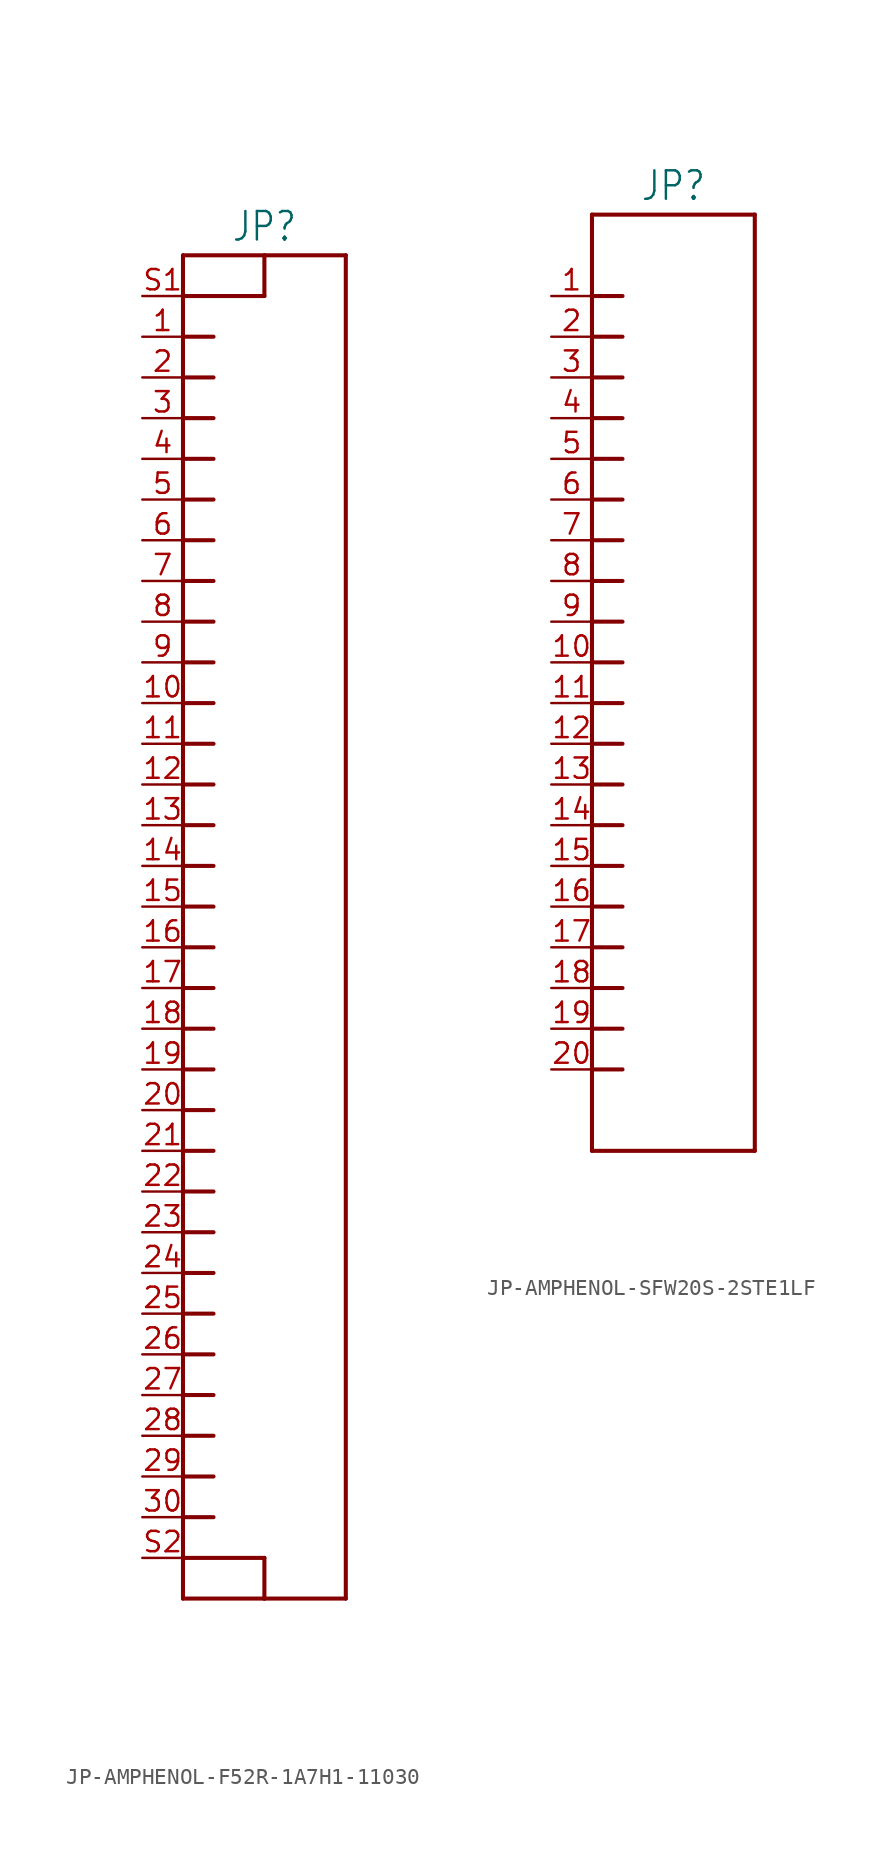
<source format=kicad_sym>
(kicad_symbol_lib
  (version 20231120)
  (generator "kicad_symbol_editor")
  (generator_version "8.0")
  (symbol "JP-AMPHENOL-F52R-1A7H1-11030"
    (property "Reference" "JP"
      (at 2.54 41.402 0)
      (effects (font (size 1.778 1.511)) (justify bottom)))
    (property "Value" ""
      (at 2.54 -43.942 0)
      (effects (font (size 1.778 1.511)) (justify top)))
    (property "ki_locked" ""
      (at 0 0 0)
      (effects (font (size 1.27 1.27))))
    (symbol "JP-AMPHENOL-F52R-1A7H1-11030_1_0"
      (polyline (pts (xy -2.54 -43.18) (xy -2.54 -40.64)) (stroke (width 0.254) (type solid)) (fill (type none)))
      (polyline (pts (xy -2.54 -40.64) (xy -2.54 -38.1)) (stroke (width 0.254) (type solid)) (fill (type none)))
      (polyline (pts (xy -2.54 -40.64) (xy 2.54 -40.64)) (stroke (width 0.254) (type solid)) (fill (type none)))
      (polyline (pts (xy -2.54 -38.1) (xy -2.54 -35.56)) (stroke (width 0.254) (type solid)) (fill (type none)))
      (polyline (pts (xy -2.54 -38.1) (xy -0.635 -38.1)) (stroke (width 0.254) (type solid)) (fill (type none)))
      (polyline (pts (xy -2.54 -35.56) (xy -2.54 -33.02)) (stroke (width 0.254) (type solid)) (fill (type none)))
      (polyline (pts (xy -2.54 -35.56) (xy -0.635 -35.56)) (stroke (width 0.254) (type solid)) (fill (type none)))
      (polyline (pts (xy -2.54 -33.02) (xy -2.54 -30.48)) (stroke (width 0.254) (type solid)) (fill (type none)))
      (polyline (pts (xy -2.54 -33.02) (xy -0.635 -33.02)) (stroke (width 0.254) (type solid)) (fill (type none)))
      (polyline (pts (xy -2.54 -30.48) (xy -2.54 -27.94)) (stroke (width 0.254) (type solid)) (fill (type none)))
      (polyline (pts (xy -2.54 -30.48) (xy -0.635 -30.48)) (stroke (width 0.254) (type solid)) (fill (type none)))
      (polyline (pts (xy -2.54 -27.94) (xy -2.54 -25.4)) (stroke (width 0.254) (type solid)) (fill (type none)))
      (polyline (pts (xy -2.54 -27.94) (xy -0.635 -27.94)) (stroke (width 0.254) (type solid)) (fill (type none)))
      (polyline (pts (xy -2.54 -25.4) (xy -2.54 -22.86)) (stroke (width 0.254) (type solid)) (fill (type none)))
      (polyline (pts (xy -2.54 -25.4) (xy -0.635 -25.4)) (stroke (width 0.254) (type solid)) (fill (type none)))
      (polyline (pts (xy -2.54 -22.86) (xy -2.54 -20.32)) (stroke (width 0.254) (type solid)) (fill (type none)))
      (polyline (pts (xy -2.54 -22.86) (xy -0.635 -22.86)) (stroke (width 0.254) (type solid)) (fill (type none)))
      (polyline (pts (xy -2.54 -20.32) (xy -2.54 -17.78)) (stroke (width 0.254) (type solid)) (fill (type none)))
      (polyline (pts (xy -2.54 -20.32) (xy -0.635 -20.32)) (stroke (width 0.254) (type solid)) (fill (type none)))
      (polyline (pts (xy -2.54 -17.78) (xy -2.54 -15.24)) (stroke (width 0.254) (type solid)) (fill (type none)))
      (polyline (pts (xy -2.54 -17.78) (xy -0.635 -17.78)) (stroke (width 0.254) (type solid)) (fill (type none)))
      (polyline (pts (xy -2.54 -15.24) (xy -2.54 -12.7)) (stroke (width 0.254) (type solid)) (fill (type none)))
      (polyline (pts (xy -2.54 -15.24) (xy -0.635 -15.24)) (stroke (width 0.254) (type solid)) (fill (type none)))
      (polyline (pts (xy -2.54 -12.7) (xy -2.54 -10.16)) (stroke (width 0.254) (type solid)) (fill (type none)))
      (polyline (pts (xy -2.54 -12.7) (xy -0.635 -12.7)) (stroke (width 0.254) (type solid)) (fill (type none)))
      (polyline (pts (xy -2.54 -10.16) (xy -2.54 -7.62)) (stroke (width 0.254) (type solid)) (fill (type none)))
      (polyline (pts (xy -2.54 -10.16) (xy -0.635 -10.16)) (stroke (width 0.254) (type solid)) (fill (type none)))
      (polyline (pts (xy -2.54 -7.62) (xy -2.54 -5.08)) (stroke (width 0.254) (type solid)) (fill (type none)))
      (polyline (pts (xy -2.54 -7.62) (xy -0.635 -7.62)) (stroke (width 0.254) (type solid)) (fill (type none)))
      (polyline (pts (xy -2.54 -5.08) (xy -2.54 -2.54)) (stroke (width 0.254) (type solid)) (fill (type none)))
      (polyline (pts (xy -2.54 -5.08) (xy -0.635 -5.08)) (stroke (width 0.254) (type solid)) (fill (type none)))
      (polyline (pts (xy -2.54 -2.54) (xy -2.54 0)) (stroke (width 0.254) (type solid)) (fill (type none)))
      (polyline (pts (xy -2.54 -2.54) (xy -0.635 -2.54)) (stroke (width 0.254) (type solid)) (fill (type none)))
      (polyline (pts (xy -2.54 0) (xy -2.54 2.54)) (stroke (width 0.254) (type solid)) (fill (type none)))
      (polyline (pts (xy -2.54 0) (xy -0.635 0)) (stroke (width 0.254) (type solid)) (fill (type none)))
      (polyline (pts (xy -2.54 2.54) (xy -2.54 5.08)) (stroke (width 0.254) (type solid)) (fill (type none)))
      (polyline (pts (xy -2.54 2.54) (xy -0.635 2.54)) (stroke (width 0.254) (type solid)) (fill (type none)))
      (polyline (pts (xy -2.54 5.08) (xy -2.54 7.62)) (stroke (width 0.254) (type solid)) (fill (type none)))
      (polyline (pts (xy -2.54 5.08) (xy -0.635 5.08)) (stroke (width 0.254) (type solid)) (fill (type none)))
      (polyline (pts (xy -2.54 7.62) (xy -2.54 10.16)) (stroke (width 0.254) (type solid)) (fill (type none)))
      (polyline (pts (xy -2.54 7.62) (xy -0.635 7.62)) (stroke (width 0.254) (type solid)) (fill (type none)))
      (polyline (pts (xy -2.54 10.16) (xy -2.54 12.7)) (stroke (width 0.254) (type solid)) (fill (type none)))
      (polyline (pts (xy -2.54 10.16) (xy -0.635 10.16)) (stroke (width 0.254) (type solid)) (fill (type none)))
      (polyline (pts (xy -2.54 12.7) (xy -2.54 15.24)) (stroke (width 0.254) (type solid)) (fill (type none)))
      (polyline (pts (xy -2.54 12.7) (xy -0.635 12.7)) (stroke (width 0.254) (type solid)) (fill (type none)))
      (polyline (pts (xy -2.54 15.24) (xy -2.54 17.78)) (stroke (width 0.254) (type solid)) (fill (type none)))
      (polyline (pts (xy -2.54 15.24) (xy -0.635 15.24)) (stroke (width 0.254) (type solid)) (fill (type none)))
      (polyline (pts (xy -2.54 17.78) (xy -2.54 20.32)) (stroke (width 0.254) (type solid)) (fill (type none)))
      (polyline (pts (xy -2.54 17.78) (xy -0.635 17.78)) (stroke (width 0.254) (type solid)) (fill (type none)))
      (polyline (pts (xy -2.54 20.32) (xy -2.54 22.86)) (stroke (width 0.254) (type solid)) (fill (type none)))
      (polyline (pts (xy -2.54 20.32) (xy -0.635 20.32)) (stroke (width 0.254) (type solid)) (fill (type none)))
      (polyline (pts (xy -2.54 22.86) (xy -2.54 25.4)) (stroke (width 0.254) (type solid)) (fill (type none)))
      (polyline (pts (xy -2.54 22.86) (xy -0.635 22.86)) (stroke (width 0.254) (type solid)) (fill (type none)))
      (polyline (pts (xy -2.54 25.4) (xy -2.54 27.94)) (stroke (width 0.254) (type solid)) (fill (type none)))
      (polyline (pts (xy -2.54 25.4) (xy -0.635 25.4)) (stroke (width 0.254) (type solid)) (fill (type none)))
      (polyline (pts (xy -2.54 27.94) (xy -2.54 30.48)) (stroke (width 0.254) (type solid)) (fill (type none)))
      (polyline (pts (xy -2.54 27.94) (xy -0.635 27.94)) (stroke (width 0.254) (type solid)) (fill (type none)))
      (polyline (pts (xy -2.54 30.48) (xy -2.54 33.02)) (stroke (width 0.254) (type solid)) (fill (type none)))
      (polyline (pts (xy -2.54 30.48) (xy -0.635 30.48)) (stroke (width 0.254) (type solid)) (fill (type none)))
      (polyline (pts (xy -2.54 33.02) (xy -2.54 35.56)) (stroke (width 0.254) (type solid)) (fill (type none)))
      (polyline (pts (xy -2.54 33.02) (xy -0.635 33.02)) (stroke (width 0.254) (type solid)) (fill (type none)))
      (polyline (pts (xy -2.54 35.56) (xy -2.54 38.1)) (stroke (width 0.254) (type solid)) (fill (type none)))
      (polyline (pts (xy -2.54 35.56) (xy -0.635 35.56)) (stroke (width 0.254) (type solid)) (fill (type none)))
      (polyline (pts (xy -2.54 38.1) (xy -2.54 40.64)) (stroke (width 0.254) (type solid)) (fill (type none)))
      (polyline (pts (xy -2.54 38.1) (xy 2.54 38.1)) (stroke (width 0.254) (type solid)) (fill (type none)))
      (polyline (pts (xy -2.54 40.64) (xy 2.54 40.64)) (stroke (width 0.254) (type solid)) (fill (type none)))
      (polyline (pts (xy 2.54 -43.18) (xy -2.54 -43.18)) (stroke (width 0.254) (type solid)) (fill (type none)))
      (polyline (pts (xy 2.54 -40.64) (xy 2.54 -43.18)) (stroke (width 0.254) (type solid)) (fill (type none)))
      (polyline (pts (xy 2.54 38.1) (xy 2.54 40.64)) (stroke (width 0.254) (type solid)) (fill (type none)))
      (polyline (pts (xy 2.54 40.64) (xy 7.62 40.64)) (stroke (width 0.254) (type solid)) (fill (type none)))
      (polyline (pts (xy 7.62 -43.18) (xy 2.54 -43.18)) (stroke (width 0.254) (type solid)) (fill (type none)))
      (polyline (pts (xy 7.62 40.64) (xy 7.62 -43.18)) (stroke (width 0.254) (type solid)) (fill (type none)))
      (pin passive line (at -5.08 35.56 0) (length 2.54) (name "1" (effects (font (size 0 0)))) (number "1" (effects (font (size 1.27 1.27)))))
      (pin passive line (at -5.08 12.7 0) (length 2.54) (name "10" (effects (font (size 0 0)))) (number "10" (effects (font (size 1.27 1.27)))))
      (pin passive line (at -5.08 10.16 0) (length 2.54) (name "11" (effects (font (size 0 0)))) (number "11" (effects (font (size 1.27 1.27)))))
      (pin passive line (at -5.08 7.62 0) (length 2.54) (name "12" (effects (font (size 0 0)))) (number "12" (effects (font (size 1.27 1.27)))))
      (pin passive line (at -5.08 5.08 0) (length 2.54) (name "13" (effects (font (size 0 0)))) (number "13" (effects (font (size 1.27 1.27)))))
      (pin passive line (at -5.08 2.54 0) (length 2.54) (name "14" (effects (font (size 0 0)))) (number "14" (effects (font (size 1.27 1.27)))))
      (pin passive line (at -5.08 0 0) (length 2.54) (name "15" (effects (font (size 0 0)))) (number "15" (effects (font (size 1.27 1.27)))))
      (pin passive line (at -5.08 -2.54 0) (length 2.54) (name "16" (effects (font (size 0 0)))) (number "16" (effects (font (size 1.27 1.27)))))
      (pin passive line (at -5.08 -5.08 0) (length 2.54) (name "17" (effects (font (size 0 0)))) (number "17" (effects (font (size 1.27 1.27)))))
      (pin passive line (at -5.08 -7.62 0) (length 2.54) (name "18" (effects (font (size 0 0)))) (number "18" (effects (font (size 1.27 1.27)))))
      (pin passive line (at -5.08 -10.16 0) (length 2.54) (name "19" (effects (font (size 0 0)))) (number "19" (effects (font (size 1.27 1.27)))))
      (pin passive line (at -5.08 33.02 0) (length 2.54) (name "2" (effects (font (size 0 0)))) (number "2" (effects (font (size 1.27 1.27)))))
      (pin passive line (at -5.08 -12.7 0) (length 2.54) (name "20" (effects (font (size 0 0)))) (number "20" (effects (font (size 1.27 1.27)))))
      (pin passive line (at -5.08 -15.24 0) (length 2.54) (name "21" (effects (font (size 0 0)))) (number "21" (effects (font (size 1.27 1.27)))))
      (pin passive line (at -5.08 -17.78 0) (length 2.54) (name "22" (effects (font (size 0 0)))) (number "22" (effects (font (size 1.27 1.27)))))
      (pin passive line (at -5.08 -20.32 0) (length 2.54) (name "23" (effects (font (size 0 0)))) (number "23" (effects (font (size 1.27 1.27)))))
      (pin passive line (at -5.08 -22.86 0) (length 2.54) (name "24" (effects (font (size 0 0)))) (number "24" (effects (font (size 1.27 1.27)))))
      (pin passive line (at -5.08 -25.4 0) (length 2.54) (name "25" (effects (font (size 0 0)))) (number "25" (effects (font (size 1.27 1.27)))))
      (pin passive line (at -5.08 -27.94 0) (length 2.54) (name "26" (effects (font (size 0 0)))) (number "26" (effects (font (size 1.27 1.27)))))
      (pin passive line (at -5.08 -30.48 0) (length 2.54) (name "27" (effects (font (size 0 0)))) (number "27" (effects (font (size 1.27 1.27)))))
      (pin passive line (at -5.08 -33.02 0) (length 2.54) (name "28" (effects (font (size 0 0)))) (number "28" (effects (font (size 1.27 1.27)))))
      (pin passive line (at -5.08 -35.56 0) (length 2.54) (name "29" (effects (font (size 0 0)))) (number "29" (effects (font (size 1.27 1.27)))))
      (pin passive line (at -5.08 30.48 0) (length 2.54) (name "3" (effects (font (size 0 0)))) (number "3" (effects (font (size 1.27 1.27)))))
      (pin passive line (at -5.08 -38.1 0) (length 2.54) (name "30" (effects (font (size 0 0)))) (number "30" (effects (font (size 1.27 1.27)))))
      (pin passive line (at -5.08 27.94 0) (length 2.54) (name "4" (effects (font (size 0 0)))) (number "4" (effects (font (size 1.27 1.27)))))
      (pin passive line (at -5.08 25.4 0) (length 2.54) (name "5" (effects (font (size 0 0)))) (number "5" (effects (font (size 1.27 1.27)))))
      (pin passive line (at -5.08 22.86 0) (length 2.54) (name "6" (effects (font (size 0 0)))) (number "6" (effects (font (size 1.27 1.27)))))
      (pin passive line (at -5.08 20.32 0) (length 2.54) (name "7" (effects (font (size 0 0)))) (number "7" (effects (font (size 1.27 1.27)))))
      (pin passive line (at -5.08 17.78 0) (length 2.54) (name "8" (effects (font (size 0 0)))) (number "8" (effects (font (size 1.27 1.27)))))
      (pin passive line (at -5.08 15.24 0) (length 2.54) (name "9" (effects (font (size 0 0)))) (number "9" (effects (font (size 1.27 1.27)))))
      (pin passive line (at -5.08 38.1 0) (length 2.54) (name "S1" (effects (font (size 0 0)))) (number "S1" (effects (font (size 1.27 1.27)))))
      (pin passive line (at -5.08 -40.64 0) (length 2.54) (name "S2" (effects (font (size 0 0)))) (number "S2" (effects (font (size 1.27 1.27)))))))
  (symbol "JP-AMPHENOL-SFW20S-2STE1LF"
    (property "Reference" "JP"
      (at 2.54 28.702 0)
      (effects (font (size 1.778 1.511)) (justify bottom)))
    (property "Value" ""
      (at 2.54 -31.242 0)
      (effects (font (size 1.778 1.511)) (justify top)))
    (property "ki_locked" ""
      (at 0 0 0)
      (effects (font (size 1.27 1.27))))
    (symbol "JP-AMPHENOL-SFW20S-2STE1LF_1_0"
      (polyline (pts (xy -2.54 -30.48) (xy -2.54 -25.4)) (stroke (width 0.254) (type solid)) (fill (type none)))
      (polyline (pts (xy -2.54 -25.4) (xy -2.54 -22.86)) (stroke (width 0.254) (type solid)) (fill (type none)))
      (polyline (pts (xy -2.54 -25.4) (xy -0.635 -25.4)) (stroke (width 0.254) (type solid)) (fill (type none)))
      (polyline (pts (xy -2.54 -22.86) (xy -2.54 -20.32)) (stroke (width 0.254) (type solid)) (fill (type none)))
      (polyline (pts (xy -2.54 -22.86) (xy -0.635 -22.86)) (stroke (width 0.254) (type solid)) (fill (type none)))
      (polyline (pts (xy -2.54 -20.32) (xy -2.54 -17.78)) (stroke (width 0.254) (type solid)) (fill (type none)))
      (polyline (pts (xy -2.54 -20.32) (xy -0.635 -20.32)) (stroke (width 0.254) (type solid)) (fill (type none)))
      (polyline (pts (xy -2.54 -17.78) (xy -2.54 -15.24)) (stroke (width 0.254) (type solid)) (fill (type none)))
      (polyline (pts (xy -2.54 -17.78) (xy -0.635 -17.78)) (stroke (width 0.254) (type solid)) (fill (type none)))
      (polyline (pts (xy -2.54 -15.24) (xy -2.54 -12.7)) (stroke (width 0.254) (type solid)) (fill (type none)))
      (polyline (pts (xy -2.54 -15.24) (xy -0.635 -15.24)) (stroke (width 0.254) (type solid)) (fill (type none)))
      (polyline (pts (xy -2.54 -12.7) (xy -2.54 -10.16)) (stroke (width 0.254) (type solid)) (fill (type none)))
      (polyline (pts (xy -2.54 -12.7) (xy -0.635 -12.7)) (stroke (width 0.254) (type solid)) (fill (type none)))
      (polyline (pts (xy -2.54 -10.16) (xy -2.54 -7.62)) (stroke (width 0.254) (type solid)) (fill (type none)))
      (polyline (pts (xy -2.54 -10.16) (xy -0.635 -10.16)) (stroke (width 0.254) (type solid)) (fill (type none)))
      (polyline (pts (xy -2.54 -7.62) (xy -2.54 -5.08)) (stroke (width 0.254) (type solid)) (fill (type none)))
      (polyline (pts (xy -2.54 -7.62) (xy -0.635 -7.62)) (stroke (width 0.254) (type solid)) (fill (type none)))
      (polyline (pts (xy -2.54 -5.08) (xy -2.54 -2.54)) (stroke (width 0.254) (type solid)) (fill (type none)))
      (polyline (pts (xy -2.54 -5.08) (xy -0.635 -5.08)) (stroke (width 0.254) (type solid)) (fill (type none)))
      (polyline (pts (xy -2.54 -2.54) (xy -2.54 0)) (stroke (width 0.254) (type solid)) (fill (type none)))
      (polyline (pts (xy -2.54 -2.54) (xy -0.635 -2.54)) (stroke (width 0.254) (type solid)) (fill (type none)))
      (polyline (pts (xy -2.54 0) (xy -2.54 2.54)) (stroke (width 0.254) (type solid)) (fill (type none)))
      (polyline (pts (xy -2.54 0) (xy -0.635 0)) (stroke (width 0.254) (type solid)) (fill (type none)))
      (polyline (pts (xy -2.54 2.54) (xy -2.54 5.08)) (stroke (width 0.254) (type solid)) (fill (type none)))
      (polyline (pts (xy -2.54 2.54) (xy -0.635 2.54)) (stroke (width 0.254) (type solid)) (fill (type none)))
      (polyline (pts (xy -2.54 5.08) (xy -2.54 7.62)) (stroke (width 0.254) (type solid)) (fill (type none)))
      (polyline (pts (xy -2.54 5.08) (xy -0.635 5.08)) (stroke (width 0.254) (type solid)) (fill (type none)))
      (polyline (pts (xy -2.54 7.62) (xy -2.54 10.16)) (stroke (width 0.254) (type solid)) (fill (type none)))
      (polyline (pts (xy -2.54 7.62) (xy -0.635 7.62)) (stroke (width 0.254) (type solid)) (fill (type none)))
      (polyline (pts (xy -2.54 10.16) (xy -2.54 12.7)) (stroke (width 0.254) (type solid)) (fill (type none)))
      (polyline (pts (xy -2.54 10.16) (xy -0.635 10.16)) (stroke (width 0.254) (type solid)) (fill (type none)))
      (polyline (pts (xy -2.54 12.7) (xy -2.54 15.24)) (stroke (width 0.254) (type solid)) (fill (type none)))
      (polyline (pts (xy -2.54 12.7) (xy -0.635 12.7)) (stroke (width 0.254) (type solid)) (fill (type none)))
      (polyline (pts (xy -2.54 15.24) (xy -2.54 17.78)) (stroke (width 0.254) (type solid)) (fill (type none)))
      (polyline (pts (xy -2.54 15.24) (xy -0.635 15.24)) (stroke (width 0.254) (type solid)) (fill (type none)))
      (polyline (pts (xy -2.54 17.78) (xy -2.54 20.32)) (stroke (width 0.254) (type solid)) (fill (type none)))
      (polyline (pts (xy -2.54 17.78) (xy -0.635 17.78)) (stroke (width 0.254) (type solid)) (fill (type none)))
      (polyline (pts (xy -2.54 20.32) (xy -2.54 22.86)) (stroke (width 0.254) (type solid)) (fill (type none)))
      (polyline (pts (xy -2.54 20.32) (xy -0.635 20.32)) (stroke (width 0.254) (type solid)) (fill (type none)))
      (polyline (pts (xy -2.54 22.86) (xy -2.54 27.94)) (stroke (width 0.254) (type solid)) (fill (type none)))
      (polyline (pts (xy -2.54 22.86) (xy -0.635 22.86)) (stroke (width 0.254) (type solid)) (fill (type none)))
      (polyline (pts (xy -2.54 27.94) (xy 7.62 27.94)) (stroke (width 0.254) (type solid)) (fill (type none)))
      (polyline (pts (xy 7.62 -30.48) (xy -2.54 -30.48)) (stroke (width 0.254) (type solid)) (fill (type none)))
      (polyline (pts (xy 7.62 27.94) (xy 7.62 -30.48)) (stroke (width 0.254) (type solid)) (fill (type none)))
      (pin passive line (at -5.08 22.86 0) (length 2.54) (name "1" (effects (font (size 0 0)))) (number "1" (effects (font (size 1.27 1.27)))))
      (pin passive line (at -5.08 0 0) (length 2.54) (name "10" (effects (font (size 0 0)))) (number "10" (effects (font (size 1.27 1.27)))))
      (pin passive line (at -5.08 -2.54 0) (length 2.54) (name "11" (effects (font (size 0 0)))) (number "11" (effects (font (size 1.27 1.27)))))
      (pin passive line (at -5.08 -5.08 0) (length 2.54) (name "12" (effects (font (size 0 0)))) (number "12" (effects (font (size 1.27 1.27)))))
      (pin passive line (at -5.08 -7.62 0) (length 2.54) (name "13" (effects (font (size 0 0)))) (number "13" (effects (font (size 1.27 1.27)))))
      (pin passive line (at -5.08 -10.16 0) (length 2.54) (name "14" (effects (font (size 0 0)))) (number "14" (effects (font (size 1.27 1.27)))))
      (pin passive line (at -5.08 -12.7 0) (length 2.54) (name "15" (effects (font (size 0 0)))) (number "15" (effects (font (size 1.27 1.27)))))
      (pin passive line (at -5.08 -15.24 0) (length 2.54) (name "16" (effects (font (size 0 0)))) (number "16" (effects (font (size 1.27 1.27)))))
      (pin passive line (at -5.08 -17.78 0) (length 2.54) (name "17" (effects (font (size 0 0)))) (number "17" (effects (font (size 1.27 1.27)))))
      (pin passive line (at -5.08 -20.32 0) (length 2.54) (name "18" (effects (font (size 0 0)))) (number "18" (effects (font (size 1.27 1.27)))))
      (pin passive line (at -5.08 -22.86 0) (length 2.54) (name "19" (effects (font (size 0 0)))) (number "19" (effects (font (size 1.27 1.27)))))
      (pin passive line (at -5.08 20.32 0) (length 2.54) (name "2" (effects (font (size 0 0)))) (number "2" (effects (font (size 1.27 1.27)))))
      (pin passive line (at -5.08 -25.4 0) (length 2.54) (name "20" (effects (font (size 0 0)))) (number "20" (effects (font (size 1.27 1.27)))))
      (pin passive line (at -5.08 17.78 0) (length 2.54) (name "3" (effects (font (size 0 0)))) (number "3" (effects (font (size 1.27 1.27)))))
      (pin passive line (at -5.08 15.24 0) (length 2.54) (name "4" (effects (font (size 0 0)))) (number "4" (effects (font (size 1.27 1.27)))))
      (pin passive line (at -5.08 12.7 0) (length 2.54) (name "5" (effects (font (size 0 0)))) (number "5" (effects (font (size 1.27 1.27)))))
      (pin passive line (at -5.08 10.16 0) (length 2.54) (name "6" (effects (font (size 0 0)))) (number "6" (effects (font (size 1.27 1.27)))))
      (pin passive line (at -5.08 7.62 0) (length 2.54) (name "7" (effects (font (size 0 0)))) (number "7" (effects (font (size 1.27 1.27)))))
      (pin passive line (at -5.08 5.08 0) (length 2.54) (name "8" (effects (font (size 0 0)))) (number "8" (effects (font (size 1.27 1.27)))))
      (pin passive line (at -5.08 2.54 0) (length 2.54) (name "9" (effects (font (size 0 0)))) (number "9" (effects (font (size 1.27 1.27))))))))
</source>
